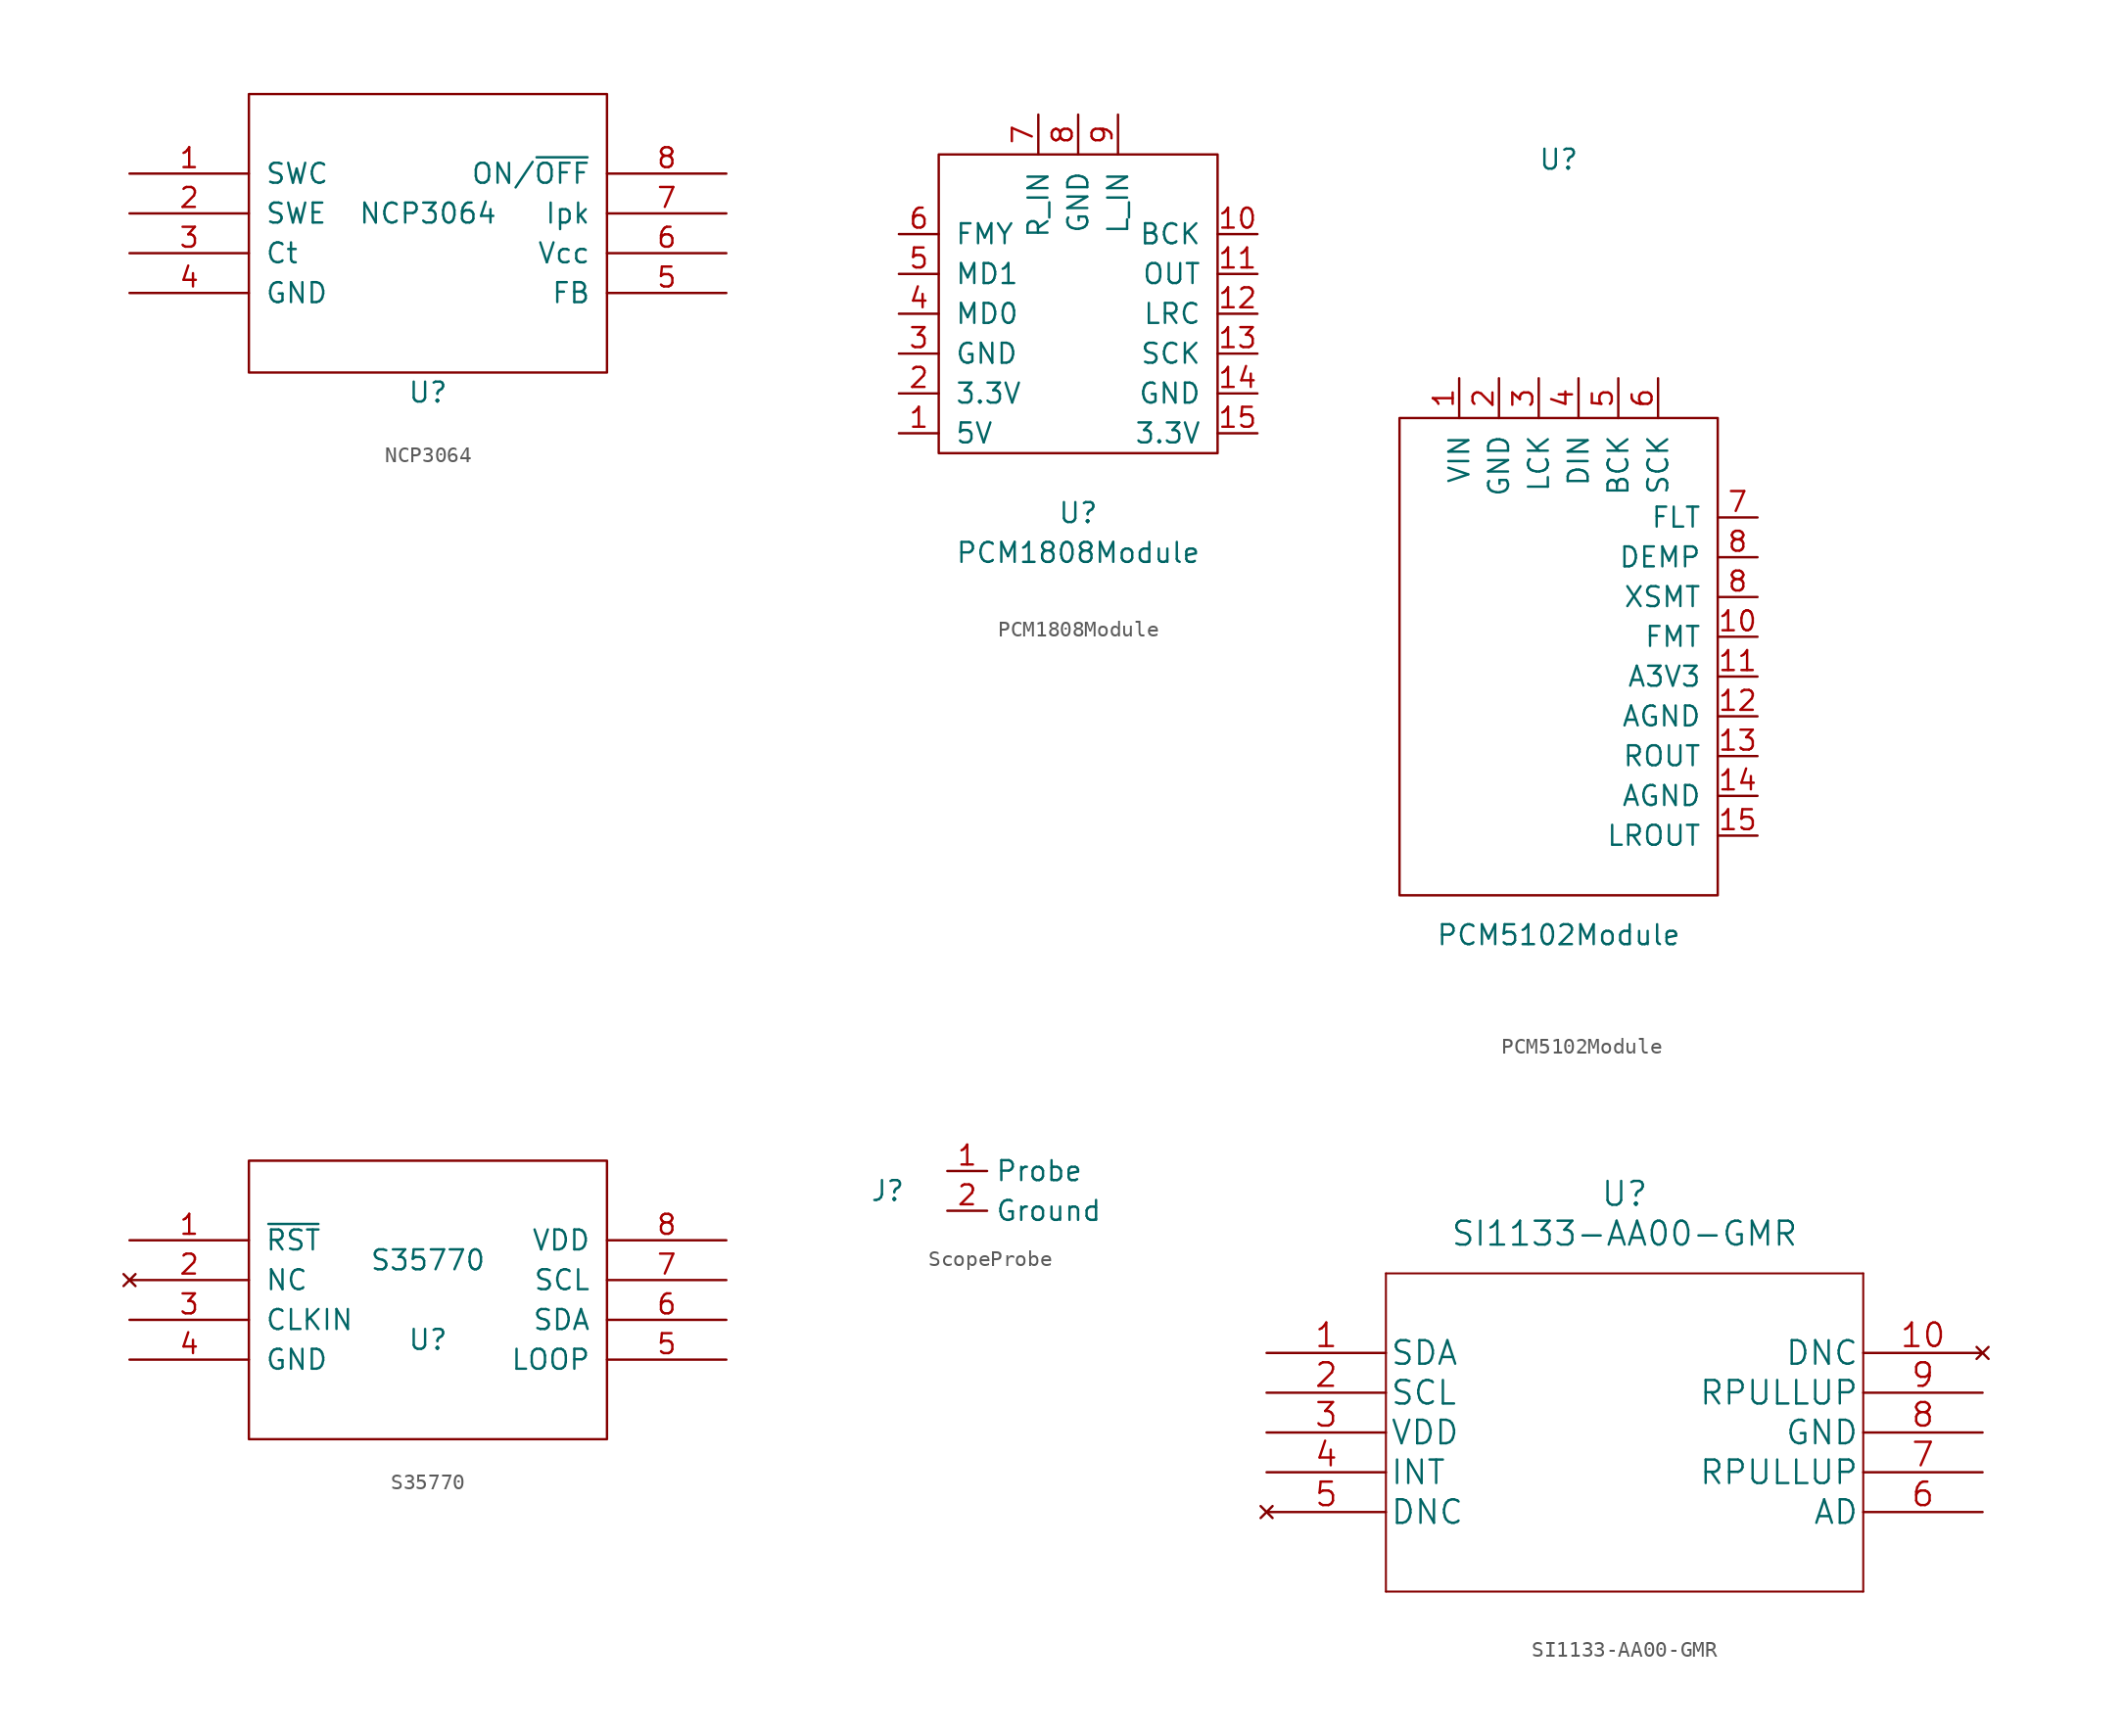
<source format=kicad_sym>
(kicad_symbol_lib
  (version 20220914)
  (generator kicad_symbol_editor)
  (symbol "NCP3064"
    (pin_names
      (offset 1.016))
    (property "Reference" "U"
      (at 0 -10.16 0)
      (effects (font (size 1.27 1.27))))
    (property "Value" "NCP3064"
      (at 0 1.27 0)
      (effects (font (size 1.27 1.27))))
    (symbol "NCP3064_1_0"
      (rectangle (start -11.43 -8.89) (end 11.43 8.89) (stroke (width 0) (type solid)) (fill (type none))))
    (symbol "NCP3064_1_1"
      (pin input line (at -19.05 3.81 0) (length 7.62) (name "SWC" (effects (font (size 1.27 1.27)))) (number "1" (effects (font (size 1.27 1.27)))))
      (pin input line (at -19.05 1.27 0) (length 7.62) (name "SWE" (effects (font (size 1.27 1.27)))) (number "2" (effects (font (size 1.27 1.27)))))
      (pin input line (at -19.05 -1.27 0) (length 7.62) (name "Ct" (effects (font (size 1.27 1.27)))) (number "3" (effects (font (size 1.27 1.27)))))
      (pin power_in line (at -19.05 -3.81 0) (length 7.62) (name "GND" (effects (font (size 1.27 1.27)))) (number "4" (effects (font (size 1.27 1.27)))))
      (pin input line (at 19.05 -3.81 180) (length 7.62) (name "FB" (effects (font (size 1.27 1.27)))) (number "5" (effects (font (size 1.27 1.27)))))
      (pin power_in line (at 19.05 -1.27 180) (length 7.62) (name "Vcc" (effects (font (size 1.27 1.27)))) (number "6" (effects (font (size 1.27 1.27)))))
      (pin input line (at 19.05 1.27 180) (length 7.62) (name "Ipk" (effects (font (size 1.27 1.27)))) (number "7" (effects (font (size 1.27 1.27)))))
      (pin input line (at 19.05 3.81 180) (length 7.62) (name "ON/~{OFF}" (effects (font (size 1.27 1.27)))) (number "8" (effects (font (size 1.27 1.27)))))))
  (symbol "PCM1808Module"
    (pin_names
      (offset 1.016))
    (property "Reference" "U"
      (at 0 -15.24 0)
      (effects (font (size 1.27 1.27))))
    (property "Value" "PCM1808Module"
      (at 0 -17.78 0)
      (effects (font (size 1.27 1.27))))
    (symbol "PCM1808Module_0_1"
      (rectangle (start -8.89 7.62) (end 8.89 -11.43) (stroke (width 0) (type solid)) (fill (type none))))
    (symbol "PCM1808Module_1_1"
      (pin power_in line (at -11.43 -10.16 0) (length 2.54) (name "5V" (effects (font (size 1.27 1.27)))) (number "1" (effects (font (size 1.27 1.27)))))
      (pin input line (at 11.43 2.54 180) (length 2.54) (name "BCK" (effects (font (size 1.27 1.27)))) (number "10" (effects (font (size 1.27 1.27)))))
      (pin output line (at 11.43 0 180) (length 2.54) (name "OUT" (effects (font (size 1.27 1.27)))) (number "11" (effects (font (size 1.27 1.27)))))
      (pin input line (at 11.43 -2.54 180) (length 2.54) (name "LRC" (effects (font (size 1.27 1.27)))) (number "12" (effects (font (size 1.27 1.27)))))
      (pin input line (at 11.43 -5.08 180) (length 2.54) (name "SCK" (effects (font (size 1.27 1.27)))) (number "13" (effects (font (size 1.27 1.27)))))
      (pin power_in line (at 11.43 -7.62 180) (length 2.54) (name "GND" (effects (font (size 1.27 1.27)))) (number "14" (effects (font (size 1.27 1.27)))))
      (pin power_in line (at 11.43 -10.16 180) (length 2.54) (name "3.3V" (effects (font (size 1.27 1.27)))) (number "15" (effects (font (size 1.27 1.27)))))
      (pin power_in line (at -11.43 -7.62 0) (length 2.54) (name "3.3V" (effects (font (size 1.27 1.27)))) (number "2" (effects (font (size 1.27 1.27)))))
      (pin power_in line (at -11.43 -5.08 0) (length 2.54) (name "GND" (effects (font (size 1.27 1.27)))) (number "3" (effects (font (size 1.27 1.27)))))
      (pin input line (at -11.43 -2.54 0) (length 2.54) (name "MD0" (effects (font (size 1.27 1.27)))) (number "4" (effects (font (size 1.27 1.27)))))
      (pin input line (at -11.43 0 0) (length 2.54) (name "MD1" (effects (font (size 1.27 1.27)))) (number "5" (effects (font (size 1.27 1.27)))))
      (pin input line (at -11.43 2.54 0) (length 2.54) (name "FMY" (effects (font (size 1.27 1.27)))) (number "6" (effects (font (size 1.27 1.27)))))
      (pin input line (at -2.54 10.16 270) (length 2.54) (name "R_IN" (effects (font (size 1.27 1.27)))) (number "7" (effects (font (size 1.27 1.27)))))
      (pin power_in line (at 0 10.16 270) (length 2.54) (name "GND" (effects (font (size 1.27 1.27)))) (number "8" (effects (font (size 1.27 1.27)))))
      (pin input line (at 2.54 10.16 270) (length 2.54) (name "L_IN" (effects (font (size 1.27 1.27)))) (number "9" (effects (font (size 1.27 1.27)))))))
  (symbol "PCM5102Module"
    (pin_names
      (offset 1.016))
    (property "Reference" "U"
      (at 0 30.48 0)
      (effects (font (size 1.27 1.27))))
    (property "Value" "PCM5102Module"
      (at 0 -19.05 0)
      (effects (font (size 1.27 1.27))))
    (symbol "PCM5102Module_0_1"
      (rectangle (start 10.16 13.97) (end -10.16 -16.51) (stroke (width 0) (type solid)) (fill (type none))))
    (symbol "PCM5102Module_1_1"
      (pin power_in line (at -6.35 16.51 270) (length 2.54) (name "VIN" (effects (font (size 1.27 1.27)))) (number "1" (effects (font (size 1.27 1.27)))))
      (pin input line (at 12.7 0 180) (length 2.54) (name "FMT" (effects (font (size 1.27 1.27)))) (number "10" (effects (font (size 1.27 1.27)))))
      (pin power_in line (at 12.7 -2.54 180) (length 2.54) (name "A3V3" (effects (font (size 1.27 1.27)))) (number "11" (effects (font (size 1.27 1.27)))))
      (pin power_in line (at 12.7 -5.08 180) (length 2.54) (name "AGND" (effects (font (size 1.27 1.27)))) (number "12" (effects (font (size 1.27 1.27)))))
      (pin output line (at 12.7 -7.62 180) (length 2.54) (name "ROUT" (effects (font (size 1.27 1.27)))) (number "13" (effects (font (size 1.27 1.27)))))
      (pin power_in line (at 12.7 -10.16 180) (length 2.54) (name "AGND" (effects (font (size 1.27 1.27)))) (number "14" (effects (font (size 1.27 1.27)))))
      (pin output line (at 12.7 -12.7 180) (length 2.54) (name "LROUT" (effects (font (size 1.27 1.27)))) (number "15" (effects (font (size 1.27 1.27)))))
      (pin power_in line (at -3.81 16.51 270) (length 2.54) (name "GND" (effects (font (size 1.27 1.27)))) (number "2" (effects (font (size 1.27 1.27)))))
      (pin input line (at -1.27 16.51 270) (length 2.54) (name "LCK" (effects (font (size 1.27 1.27)))) (number "3" (effects (font (size 1.27 1.27)))))
      (pin input line (at 1.27 16.51 270) (length 2.54) (name "DIN" (effects (font (size 1.27 1.27)))) (number "4" (effects (font (size 1.27 1.27)))))
      (pin input line (at 3.81 16.51 270) (length 2.54) (name "BCK" (effects (font (size 1.27 1.27)))) (number "5" (effects (font (size 1.27 1.27)))))
      (pin input line (at 6.35 16.51 270) (length 2.54) (name "SCK" (effects (font (size 1.27 1.27)))) (number "6" (effects (font (size 1.27 1.27)))))
      (pin input line (at 12.7 7.62 180) (length 2.54) (name "FLT" (effects (font (size 1.27 1.27)))) (number "7" (effects (font (size 1.27 1.27)))))
      (pin input line (at 12.7 5.08 180) (length 2.54) (name "DEMP" (effects (font (size 1.27 1.27)))) (number "8" (effects (font (size 1.27 1.27)))))
      (pin input line (at 12.7 2.54 180) (length 2.54) (name "XSMT" (effects (font (size 1.27 1.27)))) (number "8" (effects (font (size 1.27 1.27)))))))
  (symbol "S35770"
    (pin_names
      (offset 1.016))
    (property "Reference" "U"
      (at 0 -2.54 0)
      (effects (font (size 1.27 1.27))))
    (property "Value" "S35770"
      (at 0 2.54 0)
      (effects (font (size 1.27 1.27))))
    (symbol "S35770_1_0"
      (rectangle (start -11.43 -8.89) (end 11.43 8.89) (stroke (width 0) (type solid)) (fill (type none))))
    (symbol "S35770_1_1"
      (pin input line (at -19.05 3.81 0) (length 7.62) (name "~{RST}" (effects (font (size 1.27 1.27)))) (number "1" (effects (font (size 1.27 1.27)))))
      (pin no_connect line (at -19.05 1.27 0) (length 7.62) (name "NC" (effects (font (size 1.27 1.27)))) (number "2" (effects (font (size 1.27 1.27)))))
      (pin input line (at -19.05 -1.27 0) (length 7.62) (name "CLKIN" (effects (font (size 1.27 1.27)))) (number "3" (effects (font (size 1.27 1.27)))))
      (pin power_in line (at -19.05 -3.81 0) (length 7.62) (name "GND" (effects (font (size 1.27 1.27)))) (number "4" (effects (font (size 1.27 1.27)))))
      (pin output line (at 19.05 -3.81 180) (length 7.62) (name "LOOP" (effects (font (size 1.27 1.27)))) (number "5" (effects (font (size 1.27 1.27)))))
      (pin bidirectional line (at 19.05 -1.27 180) (length 7.62) (name "SDA" (effects (font (size 1.27 1.27)))) (number "6" (effects (font (size 1.27 1.27)))))
      (pin input line (at 19.05 1.27 180) (length 7.62) (name "SCL" (effects (font (size 1.27 1.27)))) (number "7" (effects (font (size 1.27 1.27)))))
      (pin power_in line (at 19.05 3.81 180) (length 7.62) (name "VDD" (effects (font (size 1.27 1.27)))) (number "8" (effects (font (size 1.27 1.27)))))))
  (symbol "ScopeProbe"
    (property "Reference" "J"
      (at -6.35 1.27 0)
      (effects (font (size 1.27 1.27))))
    (property "Value" ""
      (at 0 -1.27 0)
      (effects (font (size 1.27 1.27))))
    (symbol "ScopeProbe_1_1"
      (pin input line (at -2.54 2.54 0) (length 2.54) (name "Probe" (effects (font (size 1.27 1.27)))) (number "1" (effects (font (size 1.27 1.27)))))
      (pin power_in line (at -2.54 0 0) (length 2.54) (name "Ground" (effects (font (size 1.27 1.27)))) (number "2" (effects (font (size 1.27 1.27)))))))
  (symbol "SI1133-AA00-GMR"
    (pin_names
      (offset 0.254))
    (property "Reference" "U"
      (at 22.86 10.16 0)
      (effects (font (size 1.524 1.524))))
    (property "Value" "SI1133-AA00-GMR"
      (at 22.86 7.62 0)
      (effects (font (size 1.524 1.524))))
    (property "Datasheet" ""
      (at 0 0 0)
      (effects (font (size 1.524 1.524))))
    (property "ki_locked" ""
      (at 0 0 0)
      (effects (font (size 1.27 1.27))))
    (symbol "SI1133-AA00-GMR_1_1"
      (polyline (pts (xy 7.62 -15.24) (xy 38.1 -15.24)) (stroke (width 0.127) (type solid)) (fill (type none)))
      (polyline (pts (xy 7.62 5.08) (xy 7.62 -15.24)) (stroke (width 0.127) (type solid)) (fill (type none)))
      (polyline (pts (xy 38.1 -15.24) (xy 38.1 5.08)) (stroke (width 0.127) (type solid)) (fill (type none)))
      (polyline (pts (xy 38.1 5.08) (xy 7.62 5.08)) (stroke (width 0.127) (type solid)) (fill (type none)))
      (pin bidirectional line (at 0 0 0) (length 7.62) (name "SDA" (effects (font (size 1.499 1.499)))) (number "1" (effects (font (size 1.499 1.499)))))
      (pin no_connect line (at 45.72 0 180) (length 7.62) (name "DNC" (effects (font (size 1.499 1.499)))) (number "10" (effects (font (size 1.499 1.499)))))
      (pin input line (at 0 -2.54 0) (length 7.62) (name "SCL" (effects (font (size 1.499 1.499)))) (number "2" (effects (font (size 1.499 1.499)))))
      (pin power_in line (at 0 -5.08 0) (length 7.62) (name "VDD" (effects (font (size 1.499 1.499)))) (number "3" (effects (font (size 1.499 1.499)))))
      (pin bidirectional line (at 0 -7.62 0) (length 7.62) (name "INT" (effects (font (size 1.499 1.499)))) (number "4" (effects (font (size 1.499 1.499)))))
      (pin no_connect line (at 0 -10.16 0) (length 7.62) (name "DNC" (effects (font (size 1.499 1.499)))) (number "5" (effects (font (size 1.499 1.499)))))
      (pin input line (at 45.72 -10.16 180) (length 7.62) (name "AD" (effects (font (size 1.499 1.499)))) (number "6" (effects (font (size 1.499 1.499)))))
      (pin input line (at 45.72 -7.62 180) (length 7.62) (name "RPULLUP" (effects (font (size 1.499 1.499)))) (number "7" (effects (font (size 1.499 1.499)))))
      (pin power_in line (at 45.72 -5.08 180) (length 7.62) (name "GND" (effects (font (size 1.499 1.499)))) (number "8" (effects (font (size 1.499 1.499)))))
      (pin input line (at 45.72 -2.54 180) (length 7.62) (name "RPULLUP" (effects (font (size 1.499 1.499)))) (number "9" (effects (font (size 1.499 1.499))))))))
</source>
